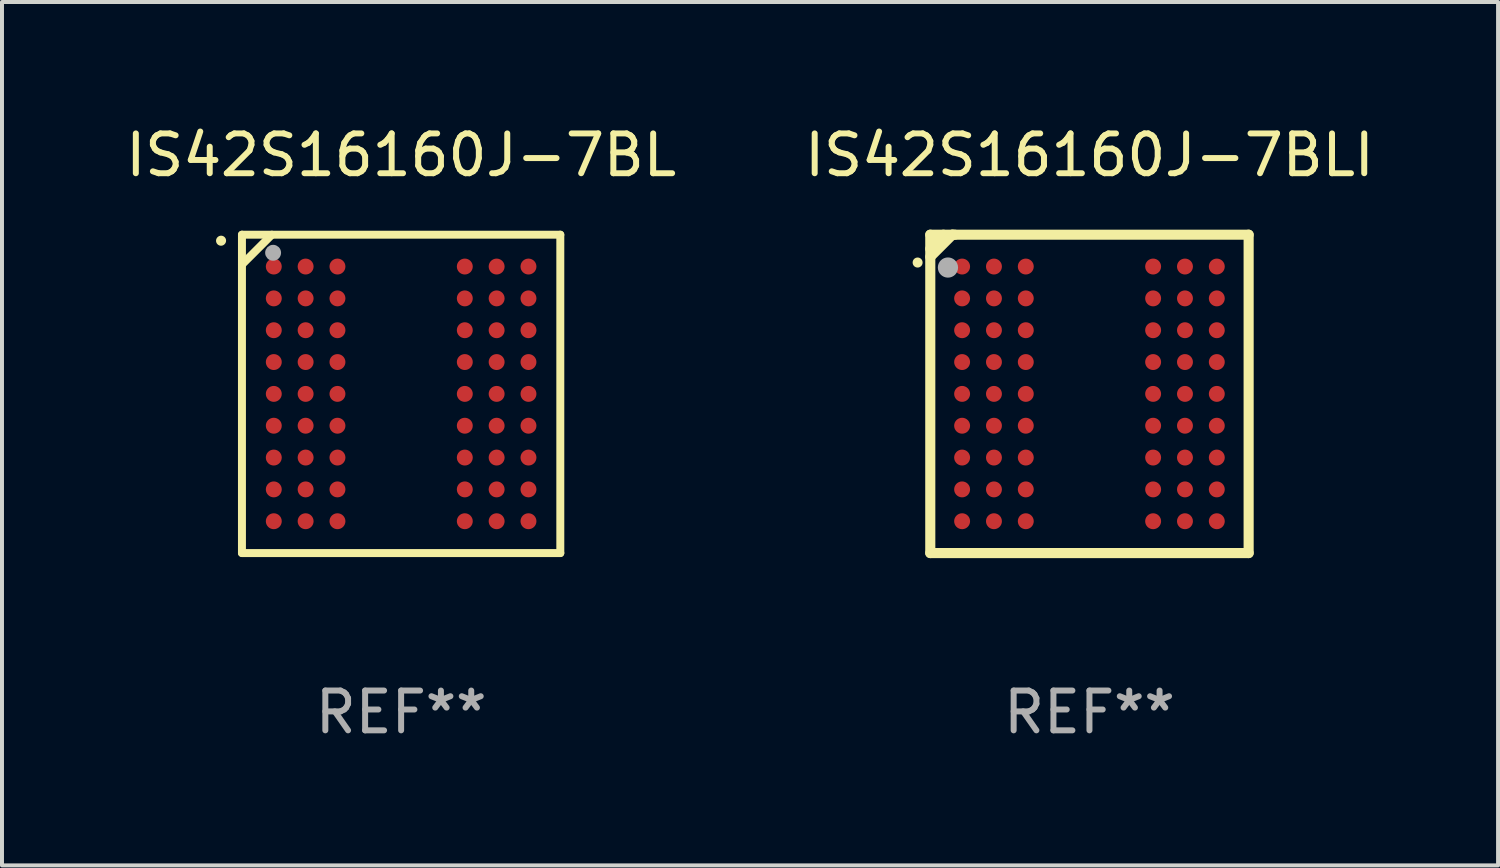
<source format=kicad_pcb>
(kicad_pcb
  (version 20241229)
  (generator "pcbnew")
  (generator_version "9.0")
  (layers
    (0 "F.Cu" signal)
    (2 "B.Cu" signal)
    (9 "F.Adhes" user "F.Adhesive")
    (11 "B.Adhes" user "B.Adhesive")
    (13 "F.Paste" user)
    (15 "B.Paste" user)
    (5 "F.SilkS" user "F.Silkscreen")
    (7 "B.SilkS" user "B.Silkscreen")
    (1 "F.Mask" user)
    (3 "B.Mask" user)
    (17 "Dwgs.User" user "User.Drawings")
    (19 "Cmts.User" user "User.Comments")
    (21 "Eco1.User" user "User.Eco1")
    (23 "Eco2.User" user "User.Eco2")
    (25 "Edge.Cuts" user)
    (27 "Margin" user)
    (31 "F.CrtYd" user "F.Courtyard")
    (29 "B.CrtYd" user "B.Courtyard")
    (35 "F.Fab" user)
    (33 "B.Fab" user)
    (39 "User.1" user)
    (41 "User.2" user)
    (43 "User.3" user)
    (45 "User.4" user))
  (footprint "IS42S16160J-7BLI"
    (layer "F.Cu")
    (at 24.327 6.848)
    (property "Reference" "IS42S16160J-7BLI" (at 0 -6 0) (layer "F.SilkS") (effects (font (size 1 1) (thickness 0.15))))
    (attr through_hole)
    (fp_line (start -4 -4) (end 4 -4) (stroke (width 0.254) (type solid)) (layer "F.SilkS"))
    (fp_line (start -4 4) (end -4 -4) (stroke (width 0.254) (type solid)) (layer "F.SilkS"))
    (fp_line (start -3.67 -4) (end -3.67 -3.975) (stroke (width 0.254) (type solid)) (layer "F.SilkS"))
    (fp_line (start -3.67 -3.975) (end -4 -3.645) (stroke (width 0.254) (type solid)) (layer "F.SilkS"))
    (fp_line (start -3.444 -4) (end -4 -3.444) (stroke (width 0.254) (type solid)) (layer "F.SilkS"))
    (fp_line (start -3.383 -4) (end -3.444 -4) (stroke (width 0.254) (type solid)) (layer "F.SilkS"))
    (fp_line (start 4 -4) (end 4 4) (stroke (width 0.254) (type solid)) (layer "F.SilkS"))
    (fp_line (start 4 4) (end -4 4) (stroke (width 0.254) (type solid)) (layer "F.SilkS"))
    (fp_arc (start -4.318009 -3.299467) (mid -4.318015 -3.300737) (end -4.318009 -3.302007) (stroke (width 0.25) (type solid)) (layer "F.SilkS"))
    (fp_circle (center -4 -4) (end -3.97 -4) (stroke (width 0.06) (type solid)) (fill no) (layer "F.SilkS"))
    (fp_circle (center -3.556 -3.175) (end -3.429 -3.175) (stroke (width 0.254) (type solid)) (fill no) (layer "F.Fab"))
    (fp_text user "REF**" (at 0 8 0) (layer "F.Fab") (effects (font (size 1 1) (thickness 0.15))))
    (pad "A1" smd circle (at -3.2 -3.2) (size 0.4 0.4) (layers "F.Cu" "F.Mask" "F.Paste"))
    (pad "A2" smd circle (at -2.4 -3.2) (size 0.4 0.4) (layers "F.Cu" "F.Mask" "F.Paste"))
    (pad "A3" smd circle (at -1.6 -3.2) (size 0.4 0.4) (layers "F.Cu" "F.Mask" "F.Paste"))
    (pad "A7" smd circle (at 1.6 -3.2) (size 0.4 0.4) (layers "F.Cu" "F.Mask" "F.Paste"))
    (pad "A8" smd circle (at 2.4 -3.2) (size 0.4 0.4) (layers "F.Cu" "F.Mask" "F.Paste"))
    (pad "A9" smd circle (at 3.2 -3.2) (size 0.4 0.4) (layers "F.Cu" "F.Mask" "F.Paste"))
    (pad "B1" smd circle (at -3.2 -2.4) (size 0.4 0.4) (layers "F.Cu" "F.Mask" "F.Paste"))
    (pad "B2" smd circle (at -2.4 -2.4) (size 0.4 0.4) (layers "F.Cu" "F.Mask" "F.Paste"))
    (pad "B3" smd circle (at -1.6 -2.4) (size 0.4 0.4) (layers "F.Cu" "F.Mask" "F.Paste"))
    (pad "B7" smd circle (at 1.6 -2.4) (size 0.4 0.4) (layers "F.Cu" "F.Mask" "F.Paste"))
    (pad "B8" smd circle (at 2.4 -2.4) (size 0.4 0.4) (layers "F.Cu" "F.Mask" "F.Paste"))
    (pad "B9" smd circle (at 3.2 -2.4) (size 0.4 0.4) (layers "F.Cu" "F.Mask" "F.Paste"))
    (pad "C1" smd circle (at -3.2 -1.6) (size 0.4 0.4) (layers "F.Cu" "F.Mask" "F.Paste"))
    (pad "C2" smd circle (at -2.4 -1.6) (size 0.4 0.4) (layers "F.Cu" "F.Mask" "F.Paste"))
    (pad "C3" smd circle (at -1.6 -1.6) (size 0.4 0.4) (layers "F.Cu" "F.Mask" "F.Paste"))
    (pad "C7" smd circle (at 1.6 -1.6) (size 0.4 0.4) (layers "F.Cu" "F.Mask" "F.Paste"))
    (pad "C8" smd circle (at 2.4 -1.6) (size 0.4 0.4) (layers "F.Cu" "F.Mask" "F.Paste"))
    (pad "C9" smd circle (at 3.2 -1.6) (size 0.4 0.4) (layers "F.Cu" "F.Mask" "F.Paste"))
    (pad "D1" smd circle (at -3.2 -0.8) (size 0.4 0.4) (layers "F.Cu" "F.Mask" "F.Paste"))
    (pad "D2" smd circle (at -2.4 -0.8) (size 0.4 0.4) (layers "F.Cu" "F.Mask" "F.Paste"))
    (pad "D3" smd circle (at -1.6 -0.8) (size 0.4 0.4) (layers "F.Cu" "F.Mask" "F.Paste"))
    (pad "D7" smd circle (at 1.6 -0.8) (size 0.4 0.4) (layers "F.Cu" "F.Mask" "F.Paste"))
    (pad "D8" smd circle (at 2.4 -0.8) (size 0.4 0.4) (layers "F.Cu" "F.Mask" "F.Paste"))
    (pad "D9" smd circle (at 3.2 -0.8) (size 0.4 0.4) (layers "F.Cu" "F.Mask" "F.Paste"))
    (pad "E1" smd circle (at -3.2 -0.000127) (size 0.4 0.4) (layers "F.Cu" "F.Mask" "F.Paste"))
    (pad "E2" smd circle (at -2.4 -0.000127) (size 0.4 0.4) (layers "F.Cu" "F.Mask" "F.Paste"))
    (pad "E3" smd circle (at -1.6 -0.000127) (size 0.4 0.4) (layers "F.Cu" "F.Mask" "F.Paste"))
    (pad "E7" smd circle (at 1.6 -0.000127) (size 0.4 0.4) (layers "F.Cu" "F.Mask" "F.Paste"))
    (pad "E8" smd circle (at 2.4 -0.000127) (size 0.4 0.4) (layers "F.Cu" "F.Mask" "F.Paste"))
    (pad "E9" smd circle (at 3.2 -0.000127) (size 0.4 0.4) (layers "F.Cu" "F.Mask" "F.Paste"))
    (pad "F1" smd circle (at -3.2 0.8) (size 0.4 0.4) (layers "F.Cu" "F.Mask" "F.Paste"))
    (pad "F2" smd circle (at -2.4 0.8) (size 0.4 0.4) (layers "F.Cu" "F.Mask" "F.Paste"))
    (pad "F3" smd circle (at -1.6 0.8) (size 0.4 0.4) (layers "F.Cu" "F.Mask" "F.Paste"))
    (pad "F7" smd circle (at 1.6 0.8) (size 0.4 0.4) (layers "F.Cu" "F.Mask" "F.Paste"))
    (pad "F8" smd circle (at 2.4 0.8) (size 0.4 0.4) (layers "F.Cu" "F.Mask" "F.Paste"))
    (pad "F9" smd circle (at 3.2 0.8) (size 0.4 0.4) (layers "F.Cu" "F.Mask" "F.Paste"))
    (pad "G1" smd circle (at -3.2 1.6) (size 0.4 0.4) (layers "F.Cu" "F.Mask" "F.Paste"))
    (pad "G2" smd circle (at -2.4 1.6) (size 0.4 0.4) (layers "F.Cu" "F.Mask" "F.Paste"))
    (pad "G3" smd circle (at -1.6 1.6) (size 0.4 0.4) (layers "F.Cu" "F.Mask" "F.Paste"))
    (pad "G7" smd circle (at 1.6 1.6) (size 0.4 0.4) (layers "F.Cu" "F.Mask" "F.Paste"))
    (pad "G8" smd circle (at 2.4 1.6) (size 0.4 0.4) (layers "F.Cu" "F.Mask" "F.Paste"))
    (pad "G9" smd circle (at 3.2 1.6) (size 0.4 0.4) (layers "F.Cu" "F.Mask" "F.Paste"))
    (pad "H1" smd circle (at -3.2 2.4) (size 0.4 0.4) (layers "F.Cu" "F.Mask" "F.Paste"))
    (pad "H2" smd circle (at -2.4 2.4) (size 0.4 0.4) (layers "F.Cu" "F.Mask" "F.Paste"))
    (pad "H3" smd circle (at -1.6 2.4) (size 0.4 0.4) (layers "F.Cu" "F.Mask" "F.Paste"))
    (pad "H7" smd circle (at 1.6 2.4) (size 0.4 0.4) (layers "F.Cu" "F.Mask" "F.Paste"))
    (pad "H8" smd circle (at 2.4 2.4) (size 0.4 0.4) (layers "F.Cu" "F.Mask" "F.Paste"))
    (pad "H9" smd circle (at 3.2 2.4) (size 0.4 0.4) (layers "F.Cu" "F.Mask" "F.Paste"))
    (pad "J1" smd circle (at -3.2 3.2) (size 0.4 0.4) (layers "F.Cu" "F.Mask" "F.Paste"))
    (pad "J2" smd circle (at -2.4 3.2) (size 0.4 0.4) (layers "F.Cu" "F.Mask" "F.Paste"))
    (pad "J3" smd circle (at -1.6 3.2) (size 0.4 0.4) (layers "F.Cu" "F.Mask" "F.Paste"))
    (pad "J7" smd circle (at 1.6 3.2) (size 0.4 0.4) (layers "F.Cu" "F.Mask" "F.Paste"))
    (pad "J8" smd circle (at 2.4 3.2) (size 0.4 0.4) (layers "F.Cu" "F.Mask" "F.Paste"))
    (pad "J9" smd circle (at 3.2 3.2) (size 0.4 0.4) (layers "F.Cu" "F.Mask" "F.Paste")))
  (footprint "IS42S16160J-7BL"
    (layer "F.Cu")
    (at 7.03 6.848)
    (property "Reference" "IS42S16160J-7BL" (at 0 -6 0) (layer "F.SilkS") (effects (font (size 1 1) (thickness 0.15))))
    (attr through_hole)
    (fp_line (start -4 -4) (end -4 4) (stroke (width 0.2) (type solid)) (layer "F.SilkS"))
    (fp_line (start -4 -3.249) (end -3.249 -4) (stroke (width 0.2) (type solid)) (layer "F.SilkS"))
    (fp_line (start -4 4) (end 4 4) (stroke (width 0.2) (type solid)) (layer "F.SilkS"))
    (fp_line (start 4 -4) (end -4 -4) (stroke (width 0.2) (type solid)) (layer "F.SilkS"))
    (fp_line (start 4 4) (end 4 -4) (stroke (width 0.2) (type solid)) (layer "F.SilkS"))
    (fp_arc (start -4.526289 -3.848108) (mid -4.525032 -3.849391) (end -4.523749 -3.850648) (stroke (width 0.25) (type solid)) (layer "F.SilkS"))
    (fp_circle (center -4 -4) (end -3.97 -4) (stroke (width 0.06) (type solid)) (fill no) (layer "F.SilkS"))
    (fp_circle (center -3.217 -3.546) (end -3.117 -3.546) (stroke (width 0.2) (type solid)) (fill no) (layer "F.Fab"))
    (fp_text user "REF**" (at 0 8 0) (layer "F.Fab") (effects (font (size 1 1) (thickness 0.15))))
    (pad "A1" smd circle (at -3.2 -3.2) (size 0.4 0.4) (layers "F.Cu" "F.Mask" "F.Paste"))
    (pad "A2" smd circle (at -2.4 -3.2) (size 0.4 0.4) (layers "F.Cu" "F.Mask" "F.Paste"))
    (pad "A3" smd circle (at -1.6 -3.2) (size 0.4 0.4) (layers "F.Cu" "F.Mask" "F.Paste"))
    (pad "A7" smd circle (at 1.6 -3.2) (size 0.4 0.4) (layers "F.Cu" "F.Mask" "F.Paste"))
    (pad "A8" smd circle (at 2.4 -3.2) (size 0.4 0.4) (layers "F.Cu" "F.Mask" "F.Paste"))
    (pad "A9" smd circle (at 3.2 -3.2) (size 0.4 0.4) (layers "F.Cu" "F.Mask" "F.Paste"))
    (pad "B1" smd circle (at -3.2 -2.4) (size 0.4 0.4) (layers "F.Cu" "F.Mask" "F.Paste"))
    (pad "B2" smd circle (at -2.4 -2.4) (size 0.4 0.4) (layers "F.Cu" "F.Mask" "F.Paste"))
    (pad "B3" smd circle (at -1.6 -2.4) (size 0.4 0.4) (layers "F.Cu" "F.Mask" "F.Paste"))
    (pad "B7" smd circle (at 1.6 -2.4) (size 0.4 0.4) (layers "F.Cu" "F.Mask" "F.Paste"))
    (pad "B8" smd circle (at 2.4 -2.4) (size 0.4 0.4) (layers "F.Cu" "F.Mask" "F.Paste"))
    (pad "B9" smd circle (at 3.2 -2.4) (size 0.4 0.4) (layers "F.Cu" "F.Mask" "F.Paste"))
    (pad "C1" smd circle (at -3.2 -1.6) (size 0.4 0.4) (layers "F.Cu" "F.Mask" "F.Paste"))
    (pad "C2" smd circle (at -2.4 -1.6) (size 0.4 0.4) (layers "F.Cu" "F.Mask" "F.Paste"))
    (pad "C3" smd circle (at -1.6 -1.6) (size 0.4 0.4) (layers "F.Cu" "F.Mask" "F.Paste"))
    (pad "C7" smd circle (at 1.6 -1.6) (size 0.4 0.4) (layers "F.Cu" "F.Mask" "F.Paste"))
    (pad "C8" smd circle (at 2.4 -1.6) (size 0.4 0.4) (layers "F.Cu" "F.Mask" "F.Paste"))
    (pad "C9" smd circle (at 3.2 -1.6) (size 0.4 0.4) (layers "F.Cu" "F.Mask" "F.Paste"))
    (pad "D1" smd circle (at -3.2 -0.8) (size 0.4 0.4) (layers "F.Cu" "F.Mask" "F.Paste"))
    (pad "D2" smd circle (at -2.4 -0.8) (size 0.4 0.4) (layers "F.Cu" "F.Mask" "F.Paste"))
    (pad "D3" smd circle (at -1.6 -0.8) (size 0.4 0.4) (layers "F.Cu" "F.Mask" "F.Paste"))
    (pad "D7" smd circle (at 1.6 -0.8) (size 0.4 0.4) (layers "F.Cu" "F.Mask" "F.Paste"))
    (pad "D8" smd circle (at 2.4 -0.8) (size 0.4 0.4) (layers "F.Cu" "F.Mask" "F.Paste"))
    (pad "D9" smd circle (at 3.2 -0.8) (size 0.4 0.4) (layers "F.Cu" "F.Mask" "F.Paste"))
    (pad "E1" smd circle (at -3.2 0) (size 0.4 0.4) (layers "F.Cu" "F.Mask" "F.Paste"))
    (pad "E2" smd circle (at -2.4 0) (size 0.4 0.4) (layers "F.Cu" "F.Mask" "F.Paste"))
    (pad "E3" smd circle (at -1.6 0) (size 0.4 0.4) (layers "F.Cu" "F.Mask" "F.Paste"))
    (pad "E7" smd circle (at 1.6 0) (size 0.4 0.4) (layers "F.Cu" "F.Mask" "F.Paste"))
    (pad "E8" smd circle (at 2.4 0) (size 0.4 0.4) (layers "F.Cu" "F.Mask" "F.Paste"))
    (pad "E9" smd circle (at 3.2 0) (size 0.4 0.4) (layers "F.Cu" "F.Mask" "F.Paste"))
    (pad "F1" smd circle (at -3.2 0.8) (size 0.4 0.4) (layers "F.Cu" "F.Mask" "F.Paste"))
    (pad "F2" smd circle (at -2.4 0.8) (size 0.4 0.4) (layers "F.Cu" "F.Mask" "F.Paste"))
    (pad "F3" smd circle (at -1.6 0.8) (size 0.4 0.4) (layers "F.Cu" "F.Mask" "F.Paste"))
    (pad "F7" smd circle (at 1.6 0.8) (size 0.4 0.4) (layers "F.Cu" "F.Mask" "F.Paste"))
    (pad "F8" smd circle (at 2.4 0.8) (size 0.4 0.4) (layers "F.Cu" "F.Mask" "F.Paste"))
    (pad "F9" smd circle (at 3.2 0.8) (size 0.4 0.4) (layers "F.Cu" "F.Mask" "F.Paste"))
    (pad "G1" smd circle (at -3.2 1.6) (size 0.4 0.4) (layers "F.Cu" "F.Mask" "F.Paste"))
    (pad "G2" smd circle (at -2.4 1.6) (size 0.4 0.4) (layers "F.Cu" "F.Mask" "F.Paste"))
    (pad "G3" smd circle (at -1.6 1.6) (size 0.4 0.4) (layers "F.Cu" "F.Mask" "F.Paste"))
    (pad "G7" smd circle (at 1.6 1.6) (size 0.4 0.4) (layers "F.Cu" "F.Mask" "F.Paste"))
    (pad "G8" smd circle (at 2.4 1.6) (size 0.4 0.4) (layers "F.Cu" "F.Mask" "F.Paste"))
    (pad "G9" smd circle (at 3.2 1.6) (size 0.4 0.4) (layers "F.Cu" "F.Mask" "F.Paste"))
    (pad "H1" smd circle (at -3.2 2.4) (size 0.4 0.4) (layers "F.Cu" "F.Mask" "F.Paste"))
    (pad "H2" smd circle (at -2.4 2.4) (size 0.4 0.4) (layers "F.Cu" "F.Mask" "F.Paste"))
    (pad "H3" smd circle (at -1.6 2.4) (size 0.4 0.4) (layers "F.Cu" "F.Mask" "F.Paste"))
    (pad "H7" smd circle (at 1.6 2.4) (size 0.4 0.4) (layers "F.Cu" "F.Mask" "F.Paste"))
    (pad "H8" smd circle (at 2.4 2.4) (size 0.4 0.4) (layers "F.Cu" "F.Mask" "F.Paste"))
    (pad "H9" smd circle (at 3.2 2.4) (size 0.4 0.4) (layers "F.Cu" "F.Mask" "F.Paste"))
    (pad "J1" smd circle (at -3.2 3.2) (size 0.4 0.4) (layers "F.Cu" "F.Mask" "F.Paste"))
    (pad "J2" smd circle (at -2.4 3.2) (size 0.4 0.4) (layers "F.Cu" "F.Mask" "F.Paste"))
    (pad "J3" smd circle (at -1.6 3.2) (size 0.4 0.4) (layers "F.Cu" "F.Mask" "F.Paste"))
    (pad "J7" smd circle (at 1.6 3.2) (size 0.4 0.4) (layers "F.Cu" "F.Mask" "F.Paste"))
    (pad "J8" smd circle (at 2.4 3.2) (size 0.4 0.4) (layers "F.Cu" "F.Mask" "F.Paste"))
    (pad "J9" smd circle (at 3.2 3.2) (size 0.4 0.4) (layers "F.Cu" "F.Mask" "F.Paste")))
  (gr_rect
    (start -3 -3)
    (end 34.595 18.697)
    (stroke (width 0.1) (type default))
    (fill no)
    (layer "Edge.Cuts")))
</source>
